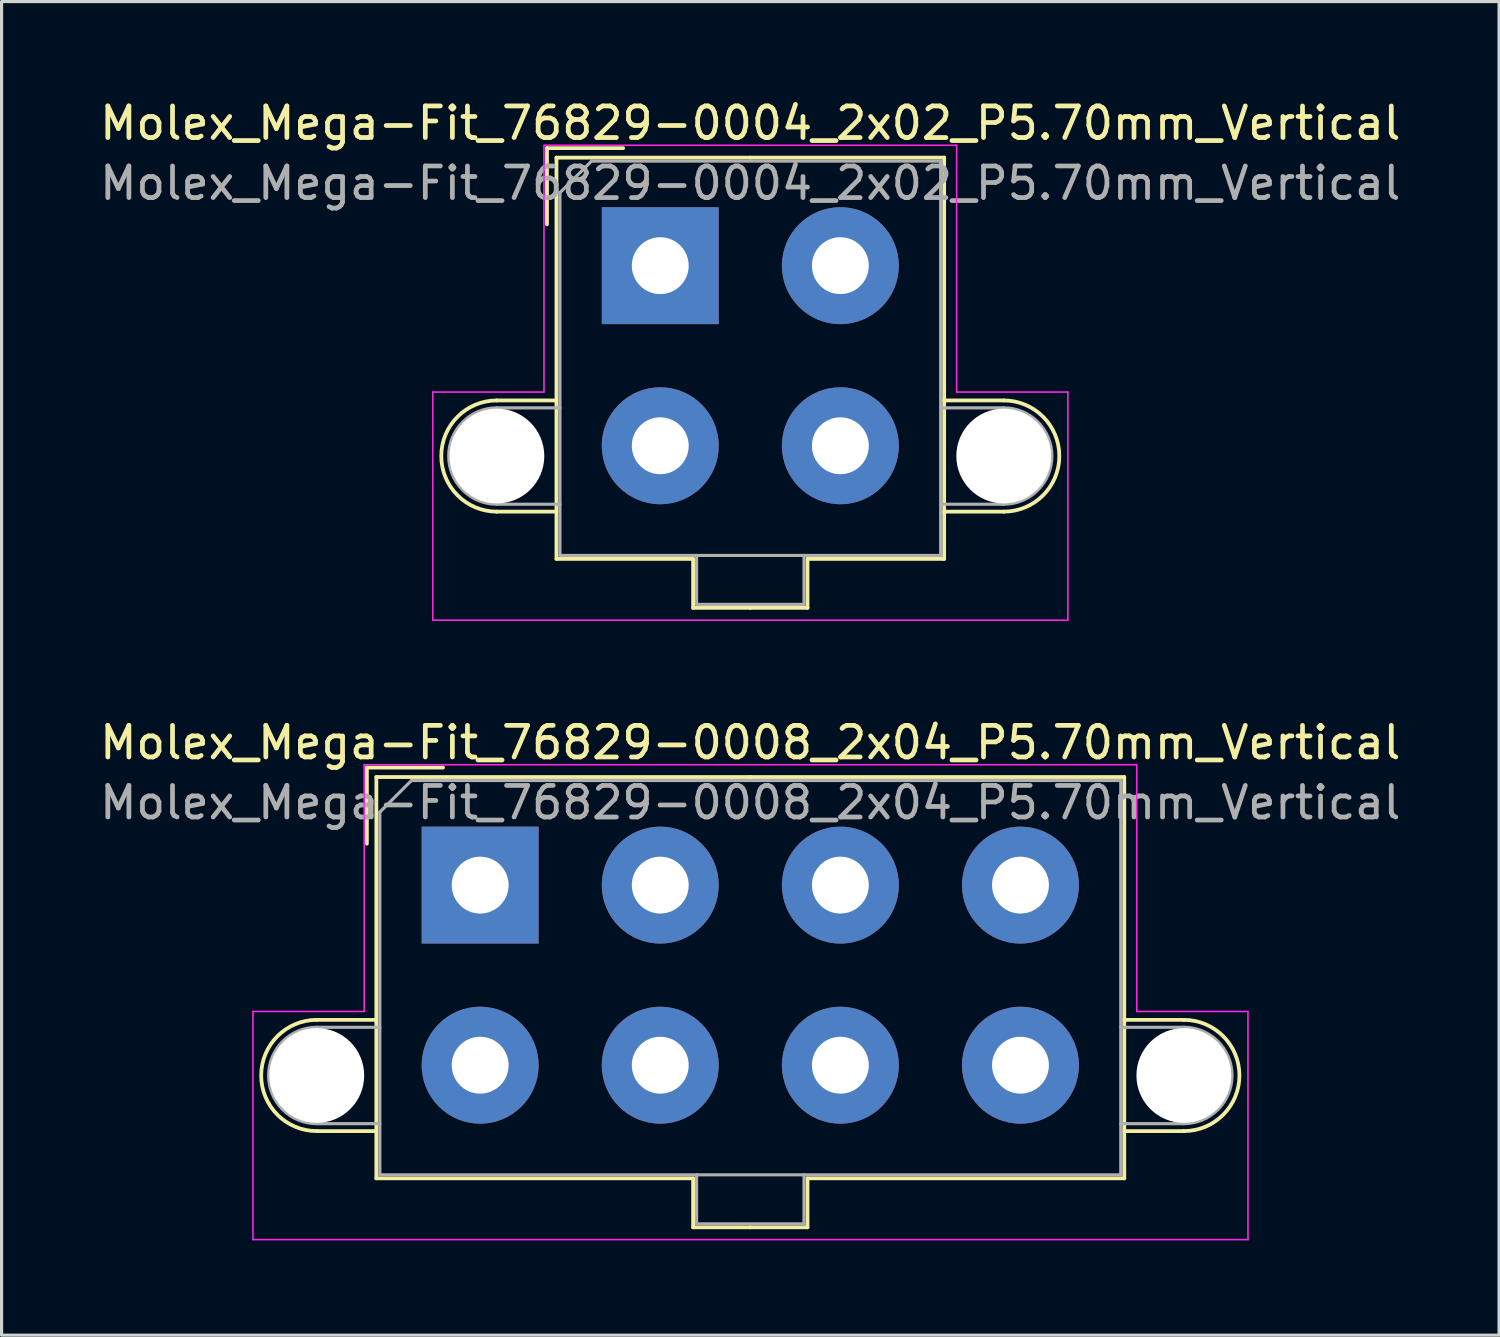
<source format=kicad_pcb>
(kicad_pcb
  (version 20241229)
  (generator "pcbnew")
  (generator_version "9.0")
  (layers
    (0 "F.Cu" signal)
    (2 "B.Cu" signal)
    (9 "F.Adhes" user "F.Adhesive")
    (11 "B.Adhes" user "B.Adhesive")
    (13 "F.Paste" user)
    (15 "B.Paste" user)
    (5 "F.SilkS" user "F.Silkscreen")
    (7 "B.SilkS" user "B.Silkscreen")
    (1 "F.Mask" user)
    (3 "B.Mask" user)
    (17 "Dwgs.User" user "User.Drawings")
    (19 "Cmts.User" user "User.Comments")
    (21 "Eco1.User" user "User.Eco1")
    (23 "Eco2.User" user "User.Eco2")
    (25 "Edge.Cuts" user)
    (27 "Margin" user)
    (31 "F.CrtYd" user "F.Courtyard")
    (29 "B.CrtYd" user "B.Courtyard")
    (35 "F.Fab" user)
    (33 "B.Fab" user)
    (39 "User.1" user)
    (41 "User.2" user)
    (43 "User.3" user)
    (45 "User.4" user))
  (footprint "Molex_Mega-Fit_76829-0008_2x04_P5.70mm_Vertical"
    (layer "F.Cu")
    (at 12.146 24.962)
    (property "Reference" "Molex_Mega-Fit_76829-0008_2x04_P5.70mm_Vertical" (at 8.55 -4.51 0) (layer "F.SilkS") (effects (font (size 1 1) (thickness 0.15))))
    (attr through_hole)
    (fp_line (start -5.17 4.265) (end -3.285 4.265) (stroke (width 0.12) (type solid)) (layer "F.SilkS"))
    (fp_line (start -5.17 7.785) (end -3.285 7.785) (stroke (width 0.12) (type solid)) (layer "F.SilkS"))
    (fp_line (start -3.585 -3.72) (end -1.175 -3.72) (stroke (width 0.12) (type solid)) (layer "F.SilkS"))
    (fp_line (start -3.585 -1.31) (end -3.585 -3.72) (stroke (width 0.12) (type solid)) (layer "F.SilkS"))
    (fp_line (start -3.285 -3.42) (end -3.285 9.28) (stroke (width 0.12) (type solid)) (layer "F.SilkS"))
    (fp_line (start -3.285 9.28) (end 6.74 9.28) (stroke (width 0.12) (type solid)) (layer "F.SilkS"))
    (fp_line (start 6.74 9.28) (end 6.74 10.83) (stroke (width 0.12) (type solid)) (layer "F.SilkS"))
    (fp_line (start 6.74 10.83) (end 8.55 10.83) (stroke (width 0.12) (type solid)) (layer "F.SilkS"))
    (fp_line (start 8.55 -3.42) (end -3.285 -3.42) (stroke (width 0.12) (type solid)) (layer "F.SilkS"))
    (fp_line (start 8.55 -3.42) (end 20.385 -3.42) (stroke (width 0.12) (type solid)) (layer "F.SilkS"))
    (fp_line (start 10.36 9.28) (end 10.36 10.83) (stroke (width 0.12) (type solid)) (layer "F.SilkS"))
    (fp_line (start 10.36 10.83) (end 8.55 10.83) (stroke (width 0.12) (type solid)) (layer "F.SilkS"))
    (fp_line (start 20.385 -3.42) (end 20.385 9.28) (stroke (width 0.12) (type solid)) (layer "F.SilkS"))
    (fp_line (start 20.385 9.28) (end 10.36 9.28) (stroke (width 0.12) (type solid)) (layer "F.SilkS"))
    (fp_line (start 22.27 4.265) (end 20.385 4.265) (stroke (width 0.12) (type solid)) (layer "F.SilkS"))
    (fp_line (start 22.27 7.785) (end 20.385 7.785) (stroke (width 0.12) (type solid)) (layer "F.SilkS"))
    (fp_arc (start -5.17 7.785) (mid -6.93 6.025) (end -5.17 4.265) (stroke (width 0.12) (type solid)) (layer "F.SilkS"))
    (fp_arc (start 22.27 4.265) (mid 24.03 6.025) (end 22.27 7.785) (stroke (width 0.12) (type solid)) (layer "F.SilkS"))
    (fp_line (start -7.19 4) (end -7.19 11.22) (stroke (width 0.05) (type solid)) (layer "F.CrtYd"))
    (fp_line (start -7.19 11.22) (end 24.3 11.22) (stroke (width 0.05) (type solid)) (layer "F.CrtYd"))
    (fp_line (start -3.67 -3.81) (end -3.67 4) (stroke (width 0.05) (type solid)) (layer "F.CrtYd"))
    (fp_line (start -3.67 4) (end -7.19 4) (stroke (width 0.05) (type solid)) (layer "F.CrtYd"))
    (fp_line (start 20.78 -3.81) (end -3.67 -3.81) (stroke (width 0.05) (type solid)) (layer "F.CrtYd"))
    (fp_line (start 20.78 4) (end 20.78 -3.81) (stroke (width 0.05) (type solid)) (layer "F.CrtYd"))
    (fp_line (start 24.3 4) (end 20.78 4) (stroke (width 0.05) (type solid)) (layer "F.CrtYd"))
    (fp_line (start 24.3 11.22) (end 24.3 4) (stroke (width 0.05) (type solid)) (layer "F.CrtYd"))
    (fp_line (start -5.17 4.5) (end -3.175 4.5) (stroke (width 0.1) (type solid)) (layer "F.Fab"))
    (fp_line (start -5.17 7.55) (end -3.175 7.55) (stroke (width 0.1) (type solid)) (layer "F.Fab"))
    (fp_line (start -3.175 -2.31) (end -3.175 9.17) (stroke (width 0.1) (type solid)) (layer "F.Fab"))
    (fp_line (start -3.175 9.17) (end 20.275 9.17) (stroke (width 0.1) (type solid)) (layer "F.Fab"))
    (fp_line (start -2.175 -3.31) (end -3.175 -2.31) (stroke (width 0.1) (type solid)) (layer "F.Fab"))
    (fp_line (start 6.85 9.17) (end 6.85 10.72) (stroke (width 0.1) (type solid)) (layer "F.Fab"))
    (fp_line (start 6.85 10.72) (end 10.25 10.72) (stroke (width 0.1) (type solid)) (layer "F.Fab"))
    (fp_line (start 10.25 10.72) (end 10.25 9.17) (stroke (width 0.1) (type solid)) (layer "F.Fab"))
    (fp_line (start 20.275 -3.31) (end -2.175 -3.31) (stroke (width 0.1) (type solid)) (layer "F.Fab"))
    (fp_line (start 20.275 9.17) (end 20.275 -3.31) (stroke (width 0.1) (type solid)) (layer "F.Fab"))
    (fp_line (start 22.27 4.5) (end 20.275 4.5) (stroke (width 0.1) (type solid)) (layer "F.Fab"))
    (fp_line (start 22.27 7.55) (end 20.275 7.55) (stroke (width 0.1) (type solid)) (layer "F.Fab"))
    (fp_arc (start -5.17 7.55) (mid -6.695 6.025) (end -5.17 4.5) (stroke (width 0.1) (type solid)) (layer "F.Fab"))
    (fp_arc (start 22.27 4.5) (mid 23.795 6.025) (end 22.27 7.55) (stroke (width 0.1) (type solid)) (layer "F.Fab"))
    (fp_text user "${REFERENCE}" (at 8.55 -2.61 0) (layer "F.Fab") (effects (font (size 1 1) (thickness 0.15))))
    (pad "" np_thru_hole circle (at -5.17 6.025) (size 3 3) (drill 3) (layers "*.Cu" "*.Mask"))
    (pad "" np_thru_hole circle (at 22.27 6.025) (size 3 3) (drill 3) (layers "*.Cu" "*.Mask"))
    (pad "1" thru_hole rect (at 0 0) (size 3.7 3.7) (drill 1.8) (layers "*.Cu" "*.Mask"))
    (pad "2" thru_hole circle (at 5.7 0) (size 3.7 3.7) (drill 1.8) (layers "*.Cu" "*.Mask"))
    (pad "3" thru_hole circle (at 11.4 0) (size 3.7 3.7) (drill 1.8) (layers "*.Cu" "*.Mask"))
    (pad "4" thru_hole circle (at 17.1 0) (size 3.7 3.7) (drill 1.8) (layers "*.Cu" "*.Mask"))
    (pad "5" thru_hole circle (at 0 5.7) (size 3.7 3.7) (drill 1.8) (layers "*.Cu" "*.Mask"))
    (pad "6" thru_hole circle (at 5.7 5.7) (size 3.7 3.7) (drill 1.8) (layers "*.Cu" "*.Mask"))
    (pad "7" thru_hole circle (at 11.4 5.7) (size 3.7 3.7) (drill 1.8) (layers "*.Cu" "*.Mask"))
    (pad "8" thru_hole circle (at 17.1 5.7) (size 3.7 3.7) (drill 1.8) (layers "*.Cu" "*.Mask")))
  (footprint "Molex_Mega-Fit_76829-0004_2x02_P5.70mm_Vertical"
    (layer "F.Cu")
    (at 17.846 5.358)
    (property "Reference" "Molex_Mega-Fit_76829-0004_2x02_P5.70mm_Vertical" (at 2.85 -4.51 0) (layer "F.SilkS") (effects (font (size 1 1) (thickness 0.15))))
    (attr through_hole)
    (fp_line (start -5.17 4.265) (end -3.285 4.265) (stroke (width 0.12) (type solid)) (layer "F.SilkS"))
    (fp_line (start -5.17 7.785) (end -3.285 7.785) (stroke (width 0.12) (type solid)) (layer "F.SilkS"))
    (fp_line (start -3.585 -3.72) (end -1.175 -3.72) (stroke (width 0.12) (type solid)) (layer "F.SilkS"))
    (fp_line (start -3.585 -1.31) (end -3.585 -3.72) (stroke (width 0.12) (type solid)) (layer "F.SilkS"))
    (fp_line (start -3.285 -3.42) (end -3.285 9.28) (stroke (width 0.12) (type solid)) (layer "F.SilkS"))
    (fp_line (start -3.285 9.28) (end 1.04 9.28) (stroke (width 0.12) (type solid)) (layer "F.SilkS"))
    (fp_line (start 1.04 9.28) (end 1.04 10.83) (stroke (width 0.12) (type solid)) (layer "F.SilkS"))
    (fp_line (start 1.04 10.83) (end 2.85 10.83) (stroke (width 0.12) (type solid)) (layer "F.SilkS"))
    (fp_line (start 2.85 -3.42) (end -3.285 -3.42) (stroke (width 0.12) (type solid)) (layer "F.SilkS"))
    (fp_line (start 2.85 -3.42) (end 8.985 -3.42) (stroke (width 0.12) (type solid)) (layer "F.SilkS"))
    (fp_line (start 4.66 9.28) (end 4.66 10.83) (stroke (width 0.12) (type solid)) (layer "F.SilkS"))
    (fp_line (start 4.66 10.83) (end 2.85 10.83) (stroke (width 0.12) (type solid)) (layer "F.SilkS"))
    (fp_line (start 8.985 -3.42) (end 8.985 9.28) (stroke (width 0.12) (type solid)) (layer "F.SilkS"))
    (fp_line (start 8.985 9.28) (end 4.66 9.28) (stroke (width 0.12) (type solid)) (layer "F.SilkS"))
    (fp_line (start 10.87 4.265) (end 8.985 4.265) (stroke (width 0.12) (type solid)) (layer "F.SilkS"))
    (fp_line (start 10.87 7.785) (end 8.985 7.785) (stroke (width 0.12) (type solid)) (layer "F.SilkS"))
    (fp_arc (start -5.17 7.785) (mid -6.93 6.025) (end -5.17 4.265) (stroke (width 0.12) (type solid)) (layer "F.SilkS"))
    (fp_arc (start 10.87 4.265) (mid 12.63 6.025) (end 10.87 7.785) (stroke (width 0.12) (type solid)) (layer "F.SilkS"))
    (fp_line (start -7.2 4) (end -7.2 11.22) (stroke (width 0.05) (type solid)) (layer "F.CrtYd"))
    (fp_line (start -7.2 11.22) (end 12.9 11.22) (stroke (width 0.05) (type solid)) (layer "F.CrtYd"))
    (fp_line (start -3.68 -3.81) (end -3.68 4) (stroke (width 0.05) (type solid)) (layer "F.CrtYd"))
    (fp_line (start -3.68 4) (end -7.2 4) (stroke (width 0.05) (type solid)) (layer "F.CrtYd"))
    (fp_line (start 9.38 -3.81) (end -3.68 -3.81) (stroke (width 0.05) (type solid)) (layer "F.CrtYd"))
    (fp_line (start 9.38 4) (end 9.38 -3.81) (stroke (width 0.05) (type solid)) (layer "F.CrtYd"))
    (fp_line (start 12.9 4) (end 9.38 4) (stroke (width 0.05) (type solid)) (layer "F.CrtYd"))
    (fp_line (start 12.9 11.22) (end 12.9 4) (stroke (width 0.05) (type solid)) (layer "F.CrtYd"))
    (fp_line (start -5.17 4.5) (end -3.175 4.5) (stroke (width 0.1) (type solid)) (layer "F.Fab"))
    (fp_line (start -5.17 7.55) (end -3.175 7.55) (stroke (width 0.1) (type solid)) (layer "F.Fab"))
    (fp_line (start -3.175 -2.31) (end -3.175 9.17) (stroke (width 0.1) (type solid)) (layer "F.Fab"))
    (fp_line (start -3.175 9.17) (end 8.875 9.17) (stroke (width 0.1) (type solid)) (layer "F.Fab"))
    (fp_line (start -2.175 -3.31) (end -3.175 -2.31) (stroke (width 0.1) (type solid)) (layer "F.Fab"))
    (fp_line (start 1.15 9.17) (end 1.15 10.72) (stroke (width 0.1) (type solid)) (layer "F.Fab"))
    (fp_line (start 1.15 10.72) (end 4.55 10.72) (stroke (width 0.1) (type solid)) (layer "F.Fab"))
    (fp_line (start 4.55 10.72) (end 4.55 9.17) (stroke (width 0.1) (type solid)) (layer "F.Fab"))
    (fp_line (start 8.875 -3.31) (end -2.175 -3.31) (stroke (width 0.1) (type solid)) (layer "F.Fab"))
    (fp_line (start 8.875 9.17) (end 8.875 -3.31) (stroke (width 0.1) (type solid)) (layer "F.Fab"))
    (fp_line (start 10.87 4.5) (end 8.875 4.5) (stroke (width 0.1) (type solid)) (layer "F.Fab"))
    (fp_line (start 10.87 7.55) (end 8.875 7.55) (stroke (width 0.1) (type solid)) (layer "F.Fab"))
    (fp_arc (start -5.17 7.55) (mid -6.695 6.025) (end -5.17 4.5) (stroke (width 0.1) (type solid)) (layer "F.Fab"))
    (fp_arc (start 10.87 4.5) (mid 12.395 6.025) (end 10.87 7.55) (stroke (width 0.1) (type solid)) (layer "F.Fab"))
    (fp_text user "${REFERENCE}" (at 2.85 -2.61 0) (layer "F.Fab") (effects (font (size 1 1) (thickness 0.15))))
    (pad "" np_thru_hole circle (at -5.17 6.025) (size 3 3) (drill 3) (layers "*.Cu" "*.Mask"))
    (pad "" np_thru_hole circle (at 10.87 6.025) (size 3 3) (drill 3) (layers "*.Cu" "*.Mask"))
    (pad "1" thru_hole rect (at 0 0) (size 3.7 3.7) (drill 1.8) (layers "*.Cu" "*.Mask"))
    (pad "2" thru_hole circle (at 5.7 0) (size 3.7 3.7) (drill 1.8) (layers "*.Cu" "*.Mask"))
    (pad "3" thru_hole circle (at 0 5.7) (size 3.7 3.7) (drill 1.8) (layers "*.Cu" "*.Mask"))
    (pad "4" thru_hole circle (at 5.7 5.7) (size 3.7 3.7) (drill 1.8) (layers "*.Cu" "*.Mask")))
  (gr_rect
    (start -3 -3)
    (end 44.393 39.206)
    (stroke (width 0.1) (type default))
    (fill no)
    (layer "Edge.Cuts")))
</source>
